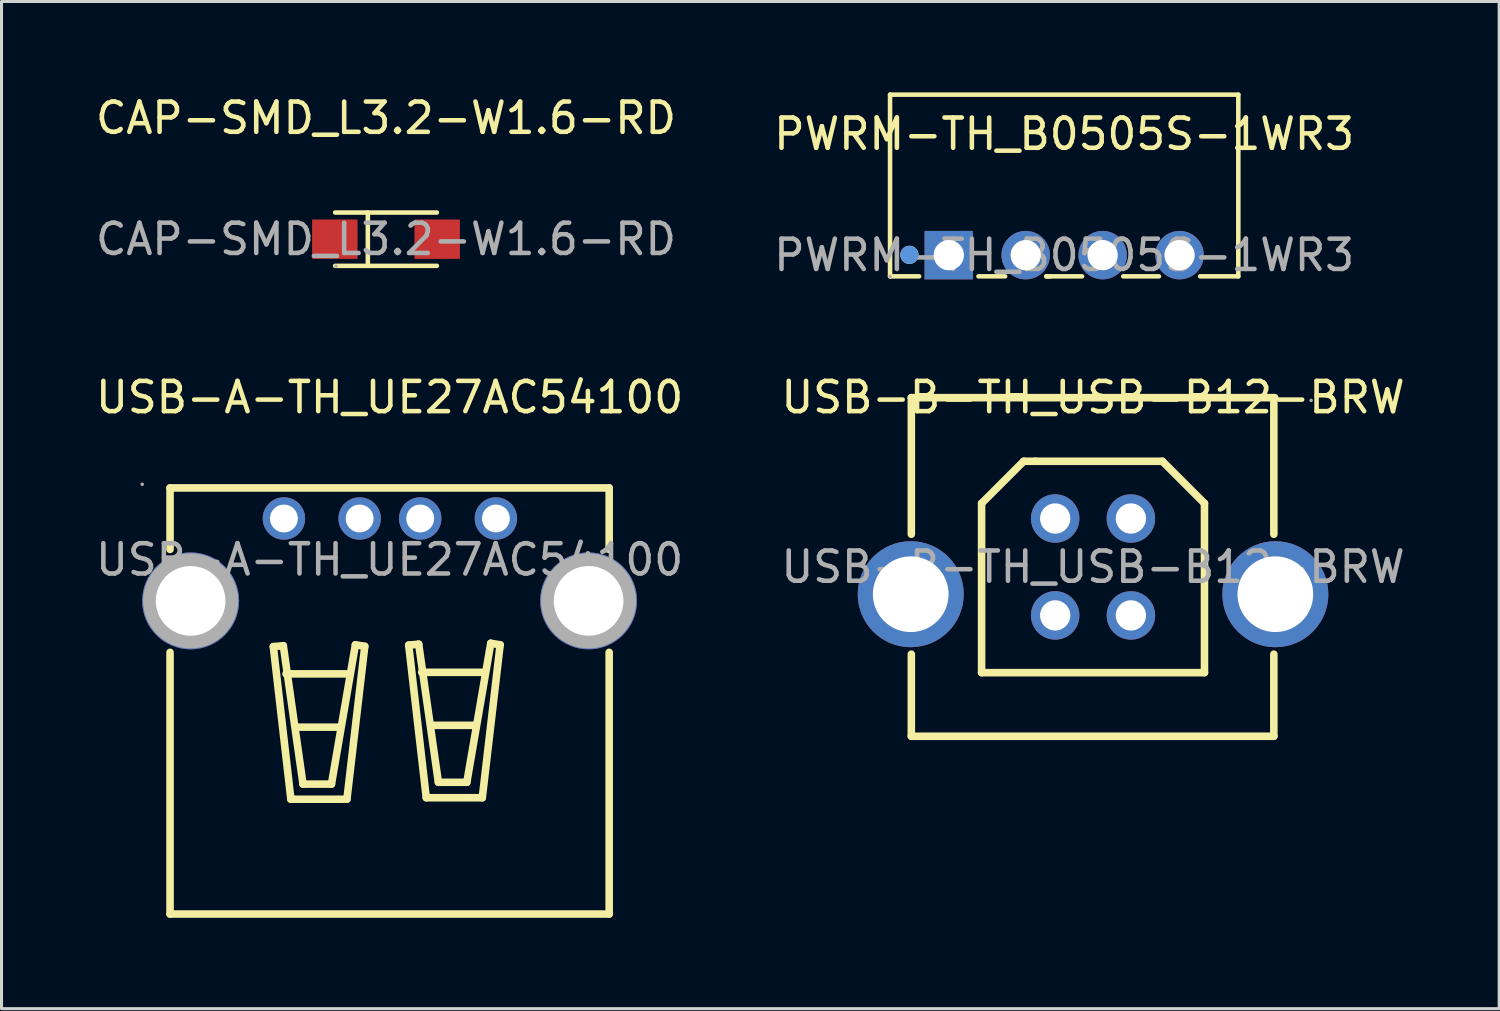
<source format=kicad_pcb>
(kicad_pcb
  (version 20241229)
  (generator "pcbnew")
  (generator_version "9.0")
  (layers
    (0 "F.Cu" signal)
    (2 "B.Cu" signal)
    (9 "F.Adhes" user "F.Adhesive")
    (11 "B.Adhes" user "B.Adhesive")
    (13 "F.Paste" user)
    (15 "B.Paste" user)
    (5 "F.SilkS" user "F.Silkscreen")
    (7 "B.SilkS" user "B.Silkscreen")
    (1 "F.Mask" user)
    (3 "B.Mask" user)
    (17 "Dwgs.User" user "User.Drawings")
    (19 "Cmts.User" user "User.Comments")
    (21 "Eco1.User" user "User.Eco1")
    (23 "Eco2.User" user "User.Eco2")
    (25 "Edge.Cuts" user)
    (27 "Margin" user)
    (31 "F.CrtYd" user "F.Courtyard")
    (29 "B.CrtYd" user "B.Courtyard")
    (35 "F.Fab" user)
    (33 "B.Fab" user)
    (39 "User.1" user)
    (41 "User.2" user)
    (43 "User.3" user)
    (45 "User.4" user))
  (footprint "USB-B-TH_USB-B12-BRW"
    (layer "F.Cu")
    (at 33.042 15.671)
    (property "Reference" "USB-B-TH_USB-B12-BRW" (at 0 -5.6 0) (layer "F.SilkS") (effects (font (size 1 1) (thickness 0.15))))
    (attr through_hole)
    (fp_line (start -6 -5.59) (end -6 -1.08) (stroke (width 0.25) (type solid)) (layer "F.SilkS"))
    (fp_line (start -6 -5.59) (end 6 -5.59) (stroke (width 0.25) (type solid)) (layer "F.SilkS"))
    (fp_line (start -6 2.88) (end -6 5.59) (stroke (width 0.25) (type solid)) (layer "F.SilkS"))
    (fp_line (start -6 5.59) (end 5.97 5.59) (stroke (width 0.25) (type solid)) (layer "F.SilkS"))
    (fp_line (start -3.68 -2.1) (end -2.29 -3.49) (stroke (width 0.25) (type solid)) (layer "F.SilkS"))
    (fp_line (start -3.68 3.49) (end -3.68 -2.1) (stroke (width 0.25) (type solid)) (layer "F.SilkS"))
    (fp_line (start -2.29 -3.49) (end -1.9 -3.49) (stroke (width 0.25) (type solid)) (layer "F.SilkS"))
    (fp_line (start 2.29 -3.49) (end -1.9 -3.49) (stroke (width 0.25) (type solid)) (layer "F.SilkS"))
    (fp_line (start 2.29 -3.49) (end 3.68 -2.1) (stroke (width 0.25) (type solid)) (layer "F.SilkS"))
    (fp_line (start 3.68 -2.1) (end 3.68 3.49) (stroke (width 0.25) (type solid)) (layer "F.SilkS"))
    (fp_line (start 3.68 3.49) (end -3.68 3.49) (stroke (width 0.25) (type solid)) (layer "F.SilkS"))
    (fp_line (start 5.97 -1.08) (end 5.97 -5.59) (stroke (width 0.25) (type solid)) (layer "F.SilkS"))
    (fp_line (start 5.97 5.59) (end 5.97 2.88) (stroke (width 0.25) (type solid)) (layer "F.SilkS"))
    (fp_circle (center 7.2 -5.5) (end 7.23 -5.5) (stroke (width 0.06) (type solid)) (fill no) (layer "F.Fab"))
    (fp_text user "${REFERENCE}" (at 0 0 0) (layer "F.Fab") (effects (font (size 1 1) (thickness 0.15))))
    (pad "1" thru_hole circle (at 1.25 -1.6) (size 1.6 1.6) (drill 1) (layers "*.Cu" "*.Mask"))
    (pad "2" thru_hole circle (at -1.25 -1.6) (size 1.6 1.6) (drill 1) (layers "*.Cu" "*.Mask"))
    (pad "3" thru_hole circle (at -1.25 1.6) (size 1.6 1.6) (drill 1) (layers "*.Cu" "*.Mask"))
    (pad "4" thru_hole circle (at 1.25 1.6) (size 1.6 1.6) (drill 1) (layers "*.Cu" "*.Mask"))
    (pad "5" thru_hole circle (at -6.02 0.9) (size 3.5 3.5) (drill 2.5) (layers "*.Cu" "*.Mask"))
    (pad "6" thru_hole circle (at 6.02 0.9) (size 3.5 3.5) (drill 2.5) (layers "*.Cu" "*.Mask")))
  (footprint "PWRM-TH_B0505S-1WR3"
    (layer "F.Cu")
    (at 32.089 5.375)
    (property "Reference" "PWRM-TH_B0505S-1WR3" (at 0 -4 0) (layer "F.SilkS") (effects (font (size 1 1) (thickness 0.15))))
    (attr through_hole)
    (fp_line (start -5.75 -5.3) (end -5.75 0.7) (stroke (width 0.15) (type solid)) (layer "F.SilkS"))
    (fp_line (start -5.75 0.7) (end -4.79 0.7) (stroke (width 0.15) (type solid)) (layer "F.SilkS"))
    (fp_line (start -2.83 0.7) (end -1.95 0.7) (stroke (width 0.15) (type solid)) (layer "F.SilkS"))
    (fp_line (start -0.59 0.7) (end -0.46 0.7) (stroke (width 0.15) (type solid)) (layer "F.SilkS"))
    (fp_line (start -0.59 0.7) (end 0.59 0.7) (stroke (width 0.15) (type solid)) (layer "F.SilkS"))
    (fp_line (start 1.95 0.7) (end 3.13 0.7) (stroke (width 0.15) (type solid)) (layer "F.SilkS"))
    (fp_line (start 4.49 0.7) (end 5.75 0.7) (stroke (width 0.15) (type solid)) (layer "F.SilkS"))
    (fp_line (start 5.75 -5.3) (end -5.75 -5.3) (stroke (width 0.15) (type solid)) (layer "F.SilkS"))
    (fp_line (start 5.75 0.7) (end 5.75 -5.3) (stroke (width 0.15) (type solid)) (layer "F.SilkS"))
    (fp_circle (center -5.11 -0.01) (end -4.96 -0.01) (stroke (width 0.3) (type solid)) (fill no) (layer "F.SilkS"))
    (fp_circle (center -5.11 -0.01) (end -4.96 -0.01) (stroke (width 0.3) (type solid)) (fill no) (layer "Cmts.User"))
    (fp_circle (center -5.75 0.7) (end -5.72 0.7) (stroke (width 0.06) (type solid)) (fill no) (layer "F.Fab"))
    (fp_text user "${REFERENCE}" (at 0 0 0) (layer "F.Fab") (effects (font (size 1 1) (thickness 0.15))))
    (pad "1" thru_hole rect (at -3.81 0) (size 1.6 1.6) (drill 1) (layers "*.Cu" "*.Mask"))
    (pad "2" thru_hole circle (at -1.27 0) (size 1.6 1.6) (drill 1) (layers "*.Cu" "*.Mask"))
    (pad "3" thru_hole circle (at 1.27 0) (size 1.6 1.6) (drill 1) (layers "*.Cu" "*.Mask"))
    (pad "4" thru_hole circle (at 3.81 0) (size 1.6 1.6) (drill 1) (layers "*.Cu" "*.Mask")))
  (footprint "USB-A-TH_UE27AC54100"
    (layer "F.Cu")
    (at 9.815 15.431)
    (property "Reference" "USB-A-TH_UE27AC54100" (at 0 -5.36 0) (layer "F.SilkS") (effects (font (size 1 1) (thickness 0.15))))
    (attr through_hole)
    (fp_line (start -7.25 -2.37) (end -7.25 -0.34) (stroke (width 0.25) (type solid)) (layer "F.SilkS"))
    (fp_line (start -7.25 -2.37) (end 7.25 -2.37) (stroke (width 0.25) (type solid)) (layer "F.SilkS"))
    (fp_line (start -7.25 3.06) (end -7.25 11.7) (stroke (width 0.25) (type solid)) (layer "F.SilkS"))
    (fp_line (start -7.25 11.7) (end 7.25 11.7) (stroke (width 0.25) (type solid)) (layer "F.SilkS"))
    (fp_line (start -3.84 2.87) (end -3.26 7.91) (stroke (width 0.25) (type solid)) (layer "F.SilkS"))
    (fp_line (start -3.51 2.84) (end -3.84 2.87) (stroke (width 0.25) (type solid)) (layer "F.SilkS"))
    (fp_line (start -3.42 3.77) (end -1.33 3.77) (stroke (width 0.25) (type solid)) (layer "F.SilkS"))
    (fp_line (start -3.26 7.91) (end -1.41 7.91) (stroke (width 0.25) (type solid)) (layer "F.SilkS"))
    (fp_line (start -3.09 5.53) (end -1.64 5.53) (stroke (width 0.25) (type solid)) (layer "F.SilkS"))
    (fp_line (start -2.86 7.41) (end -3.51 2.84) (stroke (width 0.25) (type solid)) (layer "F.SilkS"))
    (fp_line (start -1.92 7.41) (end -2.86 7.41) (stroke (width 0.25) (type solid)) (layer "F.SilkS"))
    (fp_line (start -1.41 7.91) (end -0.82 2.86) (stroke (width 0.25) (type solid)) (layer "F.SilkS"))
    (fp_line (start -1.13 2.81) (end -1.92 7.41) (stroke (width 0.25) (type solid)) (layer "F.SilkS"))
    (fp_line (start -0.82 2.86) (end -1.13 2.81) (stroke (width 0.25) (type solid)) (layer "F.SilkS"))
    (fp_line (start 0.63 2.82) (end 0.96 2.79) (stroke (width 0.25) (type solid)) (layer "F.SilkS"))
    (fp_line (start 0.96 2.79) (end 1.61 7.35) (stroke (width 0.25) (type solid)) (layer "F.SilkS"))
    (fp_line (start 1.06 3.72) (end 3.14 3.72) (stroke (width 0.25) (type solid)) (layer "F.SilkS"))
    (fp_line (start 1.21 7.86) (end 0.63 2.82) (stroke (width 0.25) (type solid)) (layer "F.SilkS"))
    (fp_line (start 1.39 5.47) (end 2.83 5.47) (stroke (width 0.25) (type solid)) (layer "F.SilkS"))
    (fp_line (start 1.61 7.35) (end 2.55 7.35) (stroke (width 0.25) (type solid)) (layer "F.SilkS"))
    (fp_line (start 2.55 7.35) (end 3.34 2.76) (stroke (width 0.25) (type solid)) (layer "F.SilkS"))
    (fp_line (start 3.06 7.86) (end 1.21 7.86) (stroke (width 0.25) (type solid)) (layer "F.SilkS"))
    (fp_line (start 3.34 2.76) (end 3.65 2.81) (stroke (width 0.25) (type solid)) (layer "F.SilkS"))
    (fp_line (start 3.65 2.81) (end 3.06 7.86) (stroke (width 0.25) (type solid)) (layer "F.SilkS"))
    (fp_line (start 7.25 -2.37) (end 7.25 -0.34) (stroke (width 0.25) (type solid)) (layer "F.SilkS"))
    (fp_line (start 7.25 3.06) (end 7.25 11.7) (stroke (width 0.25) (type solid)) (layer "F.SilkS"))
    (fp_circle (center -8.17 -2.49) (end -8.14 -2.49) (stroke (width 0.06) (type solid)) (fill no) (layer "F.Fab"))
    (fp_circle (center -6.57 1.36) (end -6.05 1.36) (stroke (width 1.05) (type solid)) (fill no) (layer "F.Fab"))
    (fp_circle (center -3.49 -1.36) (end -3.31 -1.36) (stroke (width 0.36) (type solid)) (fill no) (layer "F.Fab"))
    (fp_circle (center -0.99 -1.36) (end -0.81 -1.36) (stroke (width 0.36) (type solid)) (fill no) (layer "F.Fab"))
    (fp_circle (center 1.01 -1.36) (end 1.19 -1.36) (stroke (width 0.36) (type solid)) (fill no) (layer "F.Fab"))
    (fp_circle (center 3.51 -1.36) (end 3.69 -1.36) (stroke (width 0.36) (type solid)) (fill no) (layer "F.Fab"))
    (fp_circle (center 6.57 1.36) (end 7.09 1.36) (stroke (width 1.05) (type solid)) (fill no) (layer "F.Fab"))
    (fp_text user "${REFERENCE}" (at 0 0 0) (layer "F.Fab") (effects (font (size 1 1) (thickness 0.15))))
    (pad "1" thru_hole circle (at -3.49 -1.36) (size 1.4 1.4) (drill 0.92) (layers "*.Cu" "*.Mask"))
    (pad "2" thru_hole circle (at -0.99 -1.36) (size 1.4 1.4) (drill 0.92) (layers "*.Cu" "*.Mask"))
    (pad "3" thru_hole circle (at 1.01 -1.36) (size 1.4 1.4) (drill 0.92) (layers "*.Cu" "*.Mask"))
    (pad "4" thru_hole circle (at 3.51 -1.36) (size 1.4 1.4) (drill 0.92) (layers "*.Cu" "*.Mask"))
    (pad "5" thru_hole circle (at -6.57 1.36) (size 3.2 3.2) (drill 2.3) (layers "*.Cu" "*.Mask"))
    (pad "5" thru_hole circle (at 6.57 1.36) (size 3.2 3.2) (drill 2.3) (layers "*.Cu" "*.Mask")))
  (footprint "CAP-SMD_L3.2-W1.6-RD"
    (layer "F.Cu")
    (at 9.696 4.848)
    (property "Reference" "CAP-SMD_L3.2-W1.6-RD" (at 0 -4 0) (layer "F.SilkS") (effects (font (size 1 1) (thickness 0.15))))
    (attr smd)
    (fp_line (start -0.6 0.88) (end -0.6 -0.88) (stroke (width 0.15) (type solid)) (layer "F.SilkS"))
    (fp_line (start 1.68 -0.88) (end -1.68 -0.88) (stroke (width 0.15) (type solid)) (layer "F.SilkS"))
    (fp_line (start 1.68 0.88) (end -1.68 0.88) (stroke (width 0.15) (type solid)) (layer "F.SilkS"))
    (fp_circle (center -1.65 0.89) (end -1.62 0.89) (stroke (width 0.06) (type solid)) (fill no) (layer "F.Fab"))
    (fp_text user "${REFERENCE}" (at 0 0 0) (layer "F.Fab") (effects (font (size 1 1) (thickness 0.15))))
    (pad "1" smd rect (at -1.69 0 180) (size 1.5 1.3) (layers "F.Cu" "F.Mask" "F.Paste"))
    (pad "2" smd rect (at 1.69 0 180) (size 1.5 1.3) (layers "F.Cu" "F.Mask" "F.Paste")))
  (gr_rect
    (start -3 -3)
    (end 46.452 30.256)
    (stroke (width 0.1) (type default))
    (fill no)
    (layer "Edge.Cuts")))
</source>
